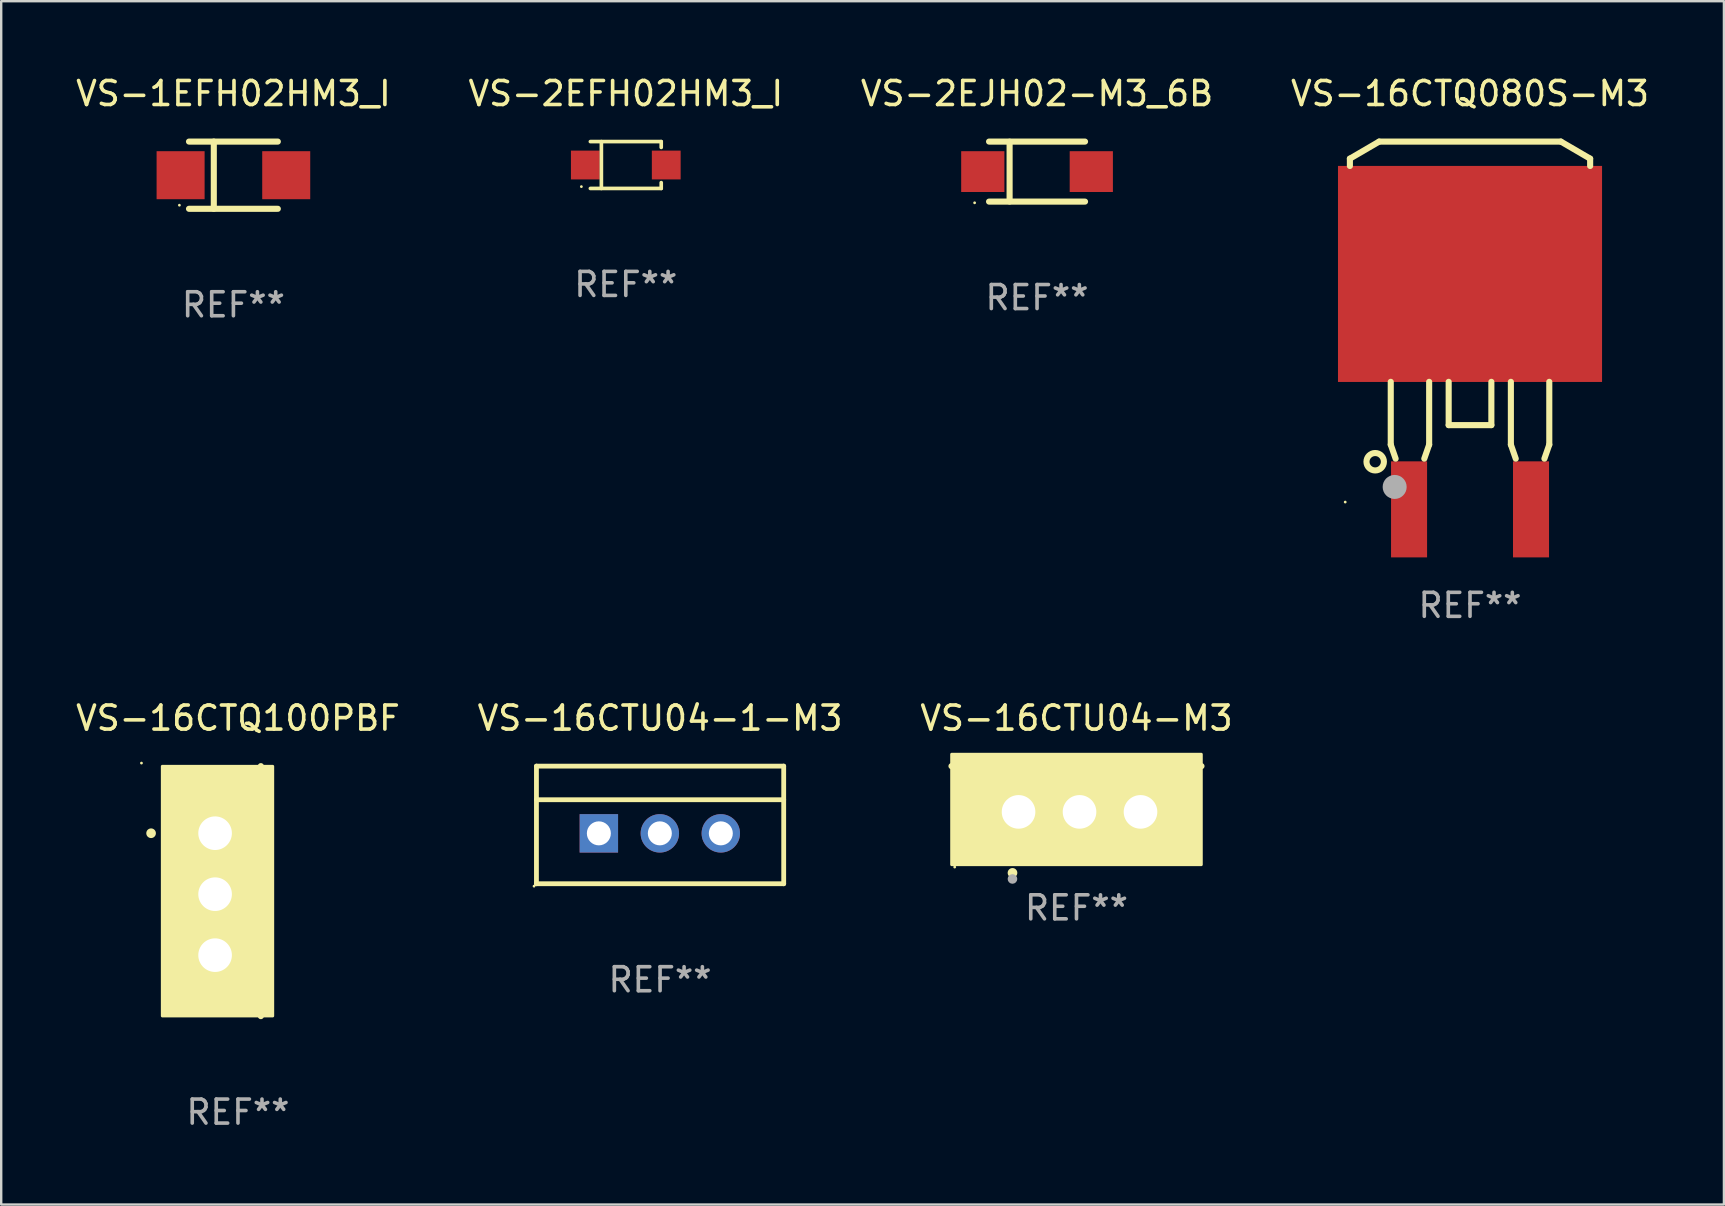
<source format=kicad_pcb>
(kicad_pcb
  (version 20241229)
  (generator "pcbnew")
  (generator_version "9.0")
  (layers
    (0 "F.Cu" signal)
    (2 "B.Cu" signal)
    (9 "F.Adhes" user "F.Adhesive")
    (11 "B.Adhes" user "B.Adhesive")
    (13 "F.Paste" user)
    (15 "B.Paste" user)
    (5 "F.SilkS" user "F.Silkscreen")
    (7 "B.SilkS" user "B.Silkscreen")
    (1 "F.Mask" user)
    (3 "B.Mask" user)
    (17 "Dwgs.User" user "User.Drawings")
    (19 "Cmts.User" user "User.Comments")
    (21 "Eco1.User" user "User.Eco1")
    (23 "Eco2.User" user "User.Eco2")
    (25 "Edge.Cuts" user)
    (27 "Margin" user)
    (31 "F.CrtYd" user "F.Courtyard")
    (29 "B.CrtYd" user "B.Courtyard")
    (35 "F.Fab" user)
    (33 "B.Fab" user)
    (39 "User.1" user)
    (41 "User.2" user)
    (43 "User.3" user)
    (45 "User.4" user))
  (footprint "VS-2EFH02HM3_I"
    (layer "F.Cu")
    (at 23.018 3.824)
    (property "Reference" "VS-2EFH02HM3_I" (at 0 -2.976 0) (layer "F.SilkS") (effects (font (size 1 1) (thickness 0.15))))
    (attr through_hole)
    (fp_line (start -1.476 -0.976) (end 1.476 -0.976) (stroke (width 0.152) (type solid)) (layer "F.SilkS"))
    (fp_line (start -1.476 0.976) (end 1.476 0.976) (stroke (width 0.152) (type solid)) (layer "F.SilkS"))
    (fp_line (start -1.017 -0.976) (end -1.017 0.976) (stroke (width 0.152) (type solid)) (layer "F.SilkS"))
    (fp_line (start 1.476 -0.976) (end 1.476 -0.733) (stroke (width 0.152) (type solid)) (layer "F.SilkS"))
    (fp_line (start 1.476 0.976) (end 1.476 0.733) (stroke (width 0.152) (type solid)) (layer "F.SilkS"))
    (fp_circle (center -1.85 0.9) (end -1.82 0.9) (stroke (width 0.06) (type solid)) (fill no) (layer "F.SilkS"))
    (fp_text user "REF**" (at 0 4.976 0) (layer "F.Fab") (effects (font (size 1 1) (thickness 0.15))))
    (pad "1" smd rect (at -1.685 0) (size 1.2 1.2) (layers "F.Cu" "F.Mask" "F.Paste"))
    (pad "2" smd rect (at 1.685 0) (size 1.2 1.2) (layers "F.Cu" "F.Mask" "F.Paste")))
  (footprint "VS-1EFH02HM3_I"
    (layer "F.Cu")
    (at 6.673 4.248)
    (property "Reference" "VS-1EFH02HM3_I" (at 0 -3.4 0) (layer "F.SilkS") (effects (font (size 1 1) (thickness 0.15))))
    (attr through_hole)
    (fp_line (start -1.85 -1.4) (end 1.85 -1.4) (stroke (width 0.254) (type solid)) (layer "F.SilkS"))
    (fp_line (start -1.85 1.4) (end 1.85 1.4) (stroke (width 0.254) (type solid)) (layer "F.SilkS"))
    (fp_line (start -0.817 -1.4) (end -0.817 1.4) (stroke (width 0.254) (type solid)) (layer "F.SilkS"))
    (fp_circle (center -2.25 1.25) (end -2.22 1.25) (stroke (width 0.06) (type solid)) (fill no) (layer "F.SilkS"))
    (fp_text user "REF**" (at 0 5.4 0) (layer "F.Fab") (effects (font (size 1 1) (thickness 0.15))))
    (pad "1" smd rect (at -2.2 -0.000013) (size 2 2) (layers "F.Cu" "F.Mask" "F.Paste"))
    (pad "2" smd rect (at 2.2 -0.000013) (size 2 2) (layers "F.Cu" "F.Mask" "F.Paste")))
  (footprint "VS-16CTU04-M3"
    (layer "F.Cu")
    (at 41.792 29.817)
    (property "Reference" "VS-16CTU04-M3" (at 0 -2.953 0) (layer "F.SilkS") (effects (font (size 1 1) (thickness 0.15))))
    (attr through_hole)
    (fp_line (start 5.207 -0.953) (end -5.207 -0.953) (stroke (width 0.254) (type solid)) (layer "F.SilkS"))
    (fp_arc (start -2.66698 3.49252) (mid -2.66571 3.492516) (end -2.66444 3.49252) (stroke (width 0.4) (type solid)) (layer "F.SilkS"))
    (fp_circle (center -5.073 3.252) (end -5.043 3.252) (stroke (width 0.06) (type solid)) (fill no) (layer "F.SilkS"))
    (fp_poly (pts (xy -5.2 -1.448) (xy 5.2 -1.448) (xy 5.2 3.152) (xy -5.2 3.152)) (stroke (width 0.12) (type solid)) (fill yes) (layer "F.SilkS"))
    (fp_circle (center -2.667 3.747) (end -2.567 3.747) (stroke (width 0.2) (type solid)) (fill no) (layer "F.Fab"))
    (fp_text user "REF**" (at 0 4.953 0) (layer "F.Fab") (effects (font (size 1 1) (thickness 0.15))))
    (pad "1" thru_hole rect (at -2.413 0.953) (size 2 2.5) (drill 1.4) (layers "*.Cu" "*.Mask"))
    (pad "2" thru_hole oval (at 0.127 0.953) (size 2 2.5) (drill 1.4) (layers "*.Cu" "*.Mask"))
    (pad "3" thru_hole oval (at 2.667 0.953) (size 2 2.5) (drill 1.4) (layers "*.Cu" "*.Mask")))
  (footprint "VS-16CTU04-1-M3"
    (layer "F.Cu")
    (at 24.446 31.314)
    (property "Reference" "VS-16CTU04-1-M3" (at 0 -4.45 0) (layer "F.SilkS") (effects (font (size 1 1) (thickness 0.15))))
    (attr through_hole)
    (fp_line (start -5.15 -1.05) (end 5.15 -1.05) (stroke (width 0.2) (type solid)) (layer "F.SilkS"))
    (fp_line (start -5.15 -2.45) (end 5.15 -2.45) (stroke (width 0.2) (type solid)) (layer "F.SilkS"))
    (fp_line (start -5.15 2.45) (end -5.15 -2.45) (stroke (width 0.2) (type solid)) (layer "F.SilkS"))
    (fp_line (start 5.15 -2.45) (end 5.15 2.45) (stroke (width 0.2) (type solid)) (layer "F.SilkS"))
    (fp_line (start 5.15 2.45) (end -5.15 2.45) (stroke (width 0.2) (type solid)) (layer "F.SilkS"))
    (fp_circle (center -5.25 2.55) (end -5.22 2.55) (stroke (width 0.06) (type solid)) (fill no) (layer "F.SilkS"))
    (fp_text user "REF**" (at 0 6.45 0) (layer "F.Fab") (effects (font (size 1 1) (thickness 0.15))))
    (pad "1" thru_hole rect (at -2.55 0.35) (size 1.6 1.6) (drill 1) (layers "*.Cu" "*.Mask"))
    (pad "2" thru_hole circle (at -0.01 0.35) (size 1.6 1.6) (drill 1) (layers "*.Cu" "*.Mask"))
    (pad "3" thru_hole circle (at 2.53 0.35) (size 1.6 1.6) (drill 1) (layers "*.Cu" "*.Mask")))
  (footprint "VS-16CTQ080S-M3"
    (layer "F.Cu")
    (at 58.185 10.508)
    (property "Reference" "VS-16CTQ080S-M3" (at 0 -9.66 0) (layer "F.SilkS") (effects (font (size 1 1) (thickness 0.15))))
    (attr through_hole)
    (fp_line (start -5.004 -6.949) (end -3.785 -7.66) (stroke (width 0.254) (type solid)) (layer "F.SilkS"))
    (fp_line (start -5.004 -6.644) (end -5.004 -6.949) (stroke (width 0.254) (type solid)) (layer "F.SilkS"))
    (fp_line (start -3.785 -7.66) (end 3.785 -7.66) (stroke (width 0.254) (type solid)) (layer "F.SilkS"))
    (fp_line (start -3.302 2.348) (end -3.302 4.964) (stroke (width 0.254) (type solid)) (layer "F.SilkS"))
    (fp_line (start -3.302 4.964) (end -3.099 5.548) (stroke (width 0.254) (type solid)) (layer "F.SilkS"))
    (fp_line (start -1.905 5.548) (end -1.702 4.964) (stroke (width 0.254) (type solid)) (layer "F.SilkS"))
    (fp_line (start -1.702 4.964) (end -1.702 2.348) (stroke (width 0.254) (type solid)) (layer "F.SilkS"))
    (fp_line (start -0.889 2.348) (end -0.889 4.151) (stroke (width 0.254) (type solid)) (layer "F.SilkS"))
    (fp_line (start -0.889 4.151) (end 0.889 4.151) (stroke (width 0.254) (type solid)) (layer "F.SilkS"))
    (fp_line (start 0.889 4.151) (end 0.889 2.348) (stroke (width 0.254) (type solid)) (layer "F.SilkS"))
    (fp_line (start 1.702 2.348) (end 1.702 4.964) (stroke (width 0.254) (type solid)) (layer "F.SilkS"))
    (fp_line (start 1.702 4.964) (end 1.905 5.548) (stroke (width 0.254) (type solid)) (layer "F.SilkS"))
    (fp_line (start 3.099 5.548) (end 3.302 4.964) (stroke (width 0.254) (type solid)) (layer "F.SilkS"))
    (fp_line (start 3.302 4.964) (end 3.302 2.348) (stroke (width 0.254) (type solid)) (layer "F.SilkS"))
    (fp_line (start 3.785 -7.66) (end 5.004 -6.949) (stroke (width 0.254) (type solid)) (layer "F.SilkS"))
    (fp_line (start 5.004 -6.949) (end 5.004 -6.644) (stroke (width 0.254) (type solid)) (layer "F.SilkS"))
    (fp_circle (center -5.199 7.356) (end -5.169 7.356) (stroke (width 0.06) (type solid)) (fill no) (layer "F.SilkS"))
    (fp_circle (center -3.95 5.676) (end -3.587 5.676) (stroke (width 0.254) (type solid)) (fill no) (layer "F.SilkS"))
    (fp_circle (center -3.139 6.726) (end -2.889 6.726) (stroke (width 0.5) (type solid)) (fill no) (layer "F.Fab"))
    (fp_text user "REF**" (at 0 11.66 0) (layer "F.Fab") (effects (font (size 1 1) (thickness 0.15))))
    (pad "1" smd rect (at -2.539 7.66) (size 1.501 4.001) (layers "F.Cu" "F.Mask" "F.Paste"))
    (pad "2" smd rect (at 0.000127 -2.147) (size 11 8.999) (layers "F.Cu" "F.Mask" "F.Paste"))
    (pad "3" smd rect (at 2.541 7.66) (size 1.501 4.001) (layers "F.Cu" "F.Mask" "F.Paste")))
  (footprint "VS-2EJH02-M3_6B"
    (layer "F.Cu")
    (at 40.149 4.098)
    (property "Reference" "VS-2EJH02-M3_6B" (at 0 -3.25 0) (layer "F.SilkS") (effects (font (size 1 1) (thickness 0.15))))
    (attr through_hole)
    (fp_line (start -1.999 -1.25) (end 1.999 -1.25) (stroke (width 0.254) (type solid)) (layer "F.SilkS"))
    (fp_line (start -1.143 -1.245) (end -1.143 1.245) (stroke (width 0.254) (type solid)) (layer "F.SilkS"))
    (fp_line (start 1.999 1.25) (end -1.999 1.25) (stroke (width 0.254) (type solid)) (layer "F.SilkS"))
    (fp_circle (center -2.6 1.3) (end -2.57 1.3) (stroke (width 0.06) (type solid)) (fill no) (layer "F.SilkS"))
    (fp_text user "REF**" (at 0 5.25 0) (layer "F.Fab") (effects (font (size 1 1) (thickness 0.15))))
    (pad "1" smd rect (at -2.26 0) (size 1.8 1.7) (layers "F.Cu" "F.Mask" "F.Paste"))
    (pad "2" smd rect (at 2.26 0) (size 1.8 1.7) (layers "F.Cu" "F.Mask" "F.Paste")))
  (footprint "VS-16CTQ100PBF"
    (layer "F.Cu")
    (at 6.863 34.071)
    (property "Reference" "VS-16CTQ100PBF" (at 0 -7.207 0) (layer "F.SilkS") (effects (font (size 1 1) (thickness 0.15))))
    (attr through_hole)
    (fp_line (start 0.953 5.207) (end 0.953 -5.207) (stroke (width 0.254) (type solid)) (layer "F.SilkS"))
    (fp_arc (start -3.619507 -2.410465) (mid -3.619511 -2.411735) (end -3.619507 -2.413005) (stroke (width 0.4) (type solid)) (layer "F.SilkS"))
    (fp_circle (center -4.02 -5.334) (end -3.99 -5.334) (stroke (width 0.06) (type solid)) (fill no) (layer "F.SilkS"))
    (fp_poly (pts (xy -3.152 -5.2) (xy 1.448 -5.2) (xy 1.448 5.2) (xy -3.152 5.2)) (stroke (width 0.12) (type solid)) (fill yes) (layer "F.SilkS"))
    (fp_text user "REF**" (at 0 9.207 0) (layer "F.Fab") (effects (font (size 1 1) (thickness 0.15))))
    (pad "1" thru_hole rect (at -0.953 -2.413 270) (size 2 2.5) (drill 1.4) (layers "*.Cu" "*.Mask"))
    (pad "2" thru_hole oval (at -0.953 0.127 270) (size 2 2.5) (drill 1.4) (layers "*.Cu" "*.Mask"))
    (pad "3" thru_hole oval (at -0.953 2.667 270) (size 2 2.5) (drill 1.4) (layers "*.Cu" "*.Mask")))
  (gr_rect
    (start -3 -3)
    (end 68.762 47.127)
    (stroke (width 0.1) (type default))
    (fill no)
    (layer "Edge.Cuts")))
</source>
